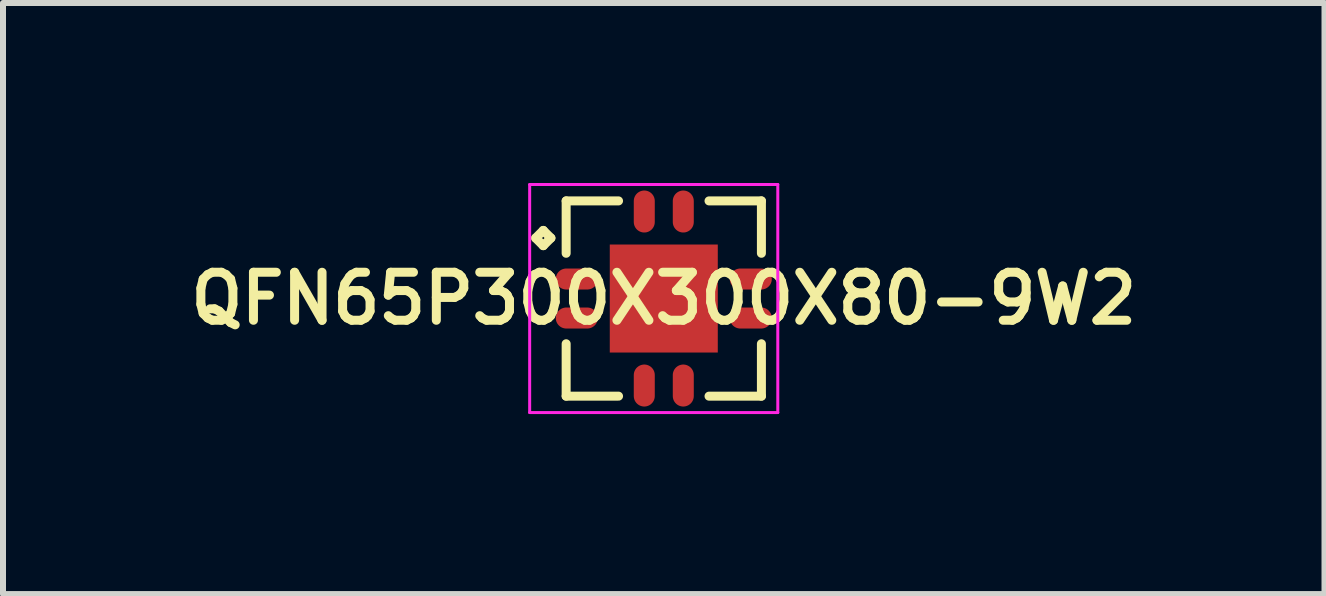
<source format=kicad_pcb>
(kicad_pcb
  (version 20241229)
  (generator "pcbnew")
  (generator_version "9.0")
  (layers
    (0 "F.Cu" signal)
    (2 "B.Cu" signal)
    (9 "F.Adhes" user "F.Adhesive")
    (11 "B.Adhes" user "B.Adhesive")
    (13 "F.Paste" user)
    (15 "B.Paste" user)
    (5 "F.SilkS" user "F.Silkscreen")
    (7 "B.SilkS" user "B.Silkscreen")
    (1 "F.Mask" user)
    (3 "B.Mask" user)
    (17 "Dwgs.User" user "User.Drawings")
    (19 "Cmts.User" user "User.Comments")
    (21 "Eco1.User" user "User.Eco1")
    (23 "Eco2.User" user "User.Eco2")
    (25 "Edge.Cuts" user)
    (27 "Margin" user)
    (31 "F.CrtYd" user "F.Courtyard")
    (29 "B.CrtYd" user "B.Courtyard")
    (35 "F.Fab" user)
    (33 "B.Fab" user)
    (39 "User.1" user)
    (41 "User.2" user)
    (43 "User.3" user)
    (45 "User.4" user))
  (footprint "QFN65P300X300X80-9W2"
    (layer "F.Cu")
    (at 8.012 1.925)
    (property "Reference" "QFN65P300X300X80-9W2" (at 0 0 0) (layer "F.SilkS") (effects (font (size 0.8 0.8) (thickness 0.15))))
    (attr smd)
    (fp_line (start -2.135 -1.008) (end -2.008 -1.135) (stroke (width 0.15) (type solid)) (layer "F.SilkS"))
    (fp_line (start -2.008 -1.135) (end -1.881 -1.008) (stroke (width 0.15) (type solid)) (layer "F.SilkS"))
    (fp_line (start -2.008 -0.881) (end -2.135 -1.008) (stroke (width 0.15) (type solid)) (layer "F.SilkS"))
    (fp_line (start -1.881 -1.008) (end -2.008 -0.881) (stroke (width 0.15) (type solid)) (layer "F.SilkS"))
    (fp_line (start -1.627 -1.627) (end -0.754 -1.627) (stroke (width 0.15) (type solid)) (layer "F.SilkS"))
    (fp_line (start -1.627 -0.754) (end -1.627 -1.627) (stroke (width 0.15) (type solid)) (layer "F.SilkS"))
    (fp_line (start -1.627 0.754) (end -1.627 1.627) (stroke (width 0.15) (type solid)) (layer "F.SilkS"))
    (fp_line (start -1.627 1.627) (end -0.754 1.627) (stroke (width 0.15) (type solid)) (layer "F.SilkS"))
    (fp_line (start 0.754 -1.627) (end 1.627 -1.627) (stroke (width 0.15) (type solid)) (layer "F.SilkS"))
    (fp_line (start 0.754 1.627) (end 1.627 1.627) (stroke (width 0.15) (type solid)) (layer "F.SilkS"))
    (fp_line (start 1.627 -1.627) (end 1.627 -0.754) (stroke (width 0.15) (type solid)) (layer "F.SilkS"))
    (fp_line (start 1.627 1.627) (end 1.627 0.754) (stroke (width 0.15) (type solid)) (layer "F.SilkS"))
    (fp_line (start -2.235 -1.9) (end 1.9 -1.9) (stroke (width 0.05) (type solid)) (layer "F.CrtYd"))
    (fp_line (start -2.235 1.9) (end -2.235 -1.9) (stroke (width 0.05) (type solid)) (layer "F.CrtYd"))
    (fp_line (start 1.9 -1.9) (end 1.9 1.9) (stroke (width 0.05) (type solid)) (layer "F.CrtYd"))
    (fp_line (start 1.9 1.9) (end -2.235 1.9) (stroke (width 0.05) (type solid)) (layer "F.CrtYd"))
    (pad "1" smd oval (at -1.45 -0.325) (size 0.7 0.35) (layers "F.Cu" "F.Mask" "F.Paste"))
    (pad "2" smd oval (at -1.45 0.325) (size 0.7 0.35) (layers "F.Cu" "F.Mask" "F.Paste"))
    (pad "3" smd oval (at -0.325 1.45) (size 0.35 0.7) (layers "F.Cu" "F.Mask" "F.Paste"))
    (pad "4" smd oval (at 0.325 1.45) (size 0.35 0.7) (layers "F.Cu" "F.Mask" "F.Paste"))
    (pad "5" smd oval (at 1.45 0.325) (size 0.7 0.35) (layers "F.Cu" "F.Mask" "F.Paste"))
    (pad "6" smd oval (at 1.45 -0.325) (size 0.7 0.35) (layers "F.Cu" "F.Mask" "F.Paste"))
    (pad "7" smd oval (at 0.325 -1.45) (size 0.35 0.7) (layers "F.Cu" "F.Mask" "F.Paste"))
    (pad "8" smd oval (at -0.325 -1.45) (size 0.35 0.7) (layers "F.Cu" "F.Mask" "F.Paste"))
    (pad "9" smd rect (at 0 0) (size 1.8 1.8) (layers "F.Cu" "F.Mask" "F.Paste")))
  (gr_rect
    (start -3 -3)
    (end 19.023 6.85)
    (stroke (width 0.1) (type default))
    (fill no)
    (layer "Edge.Cuts")))
</source>
